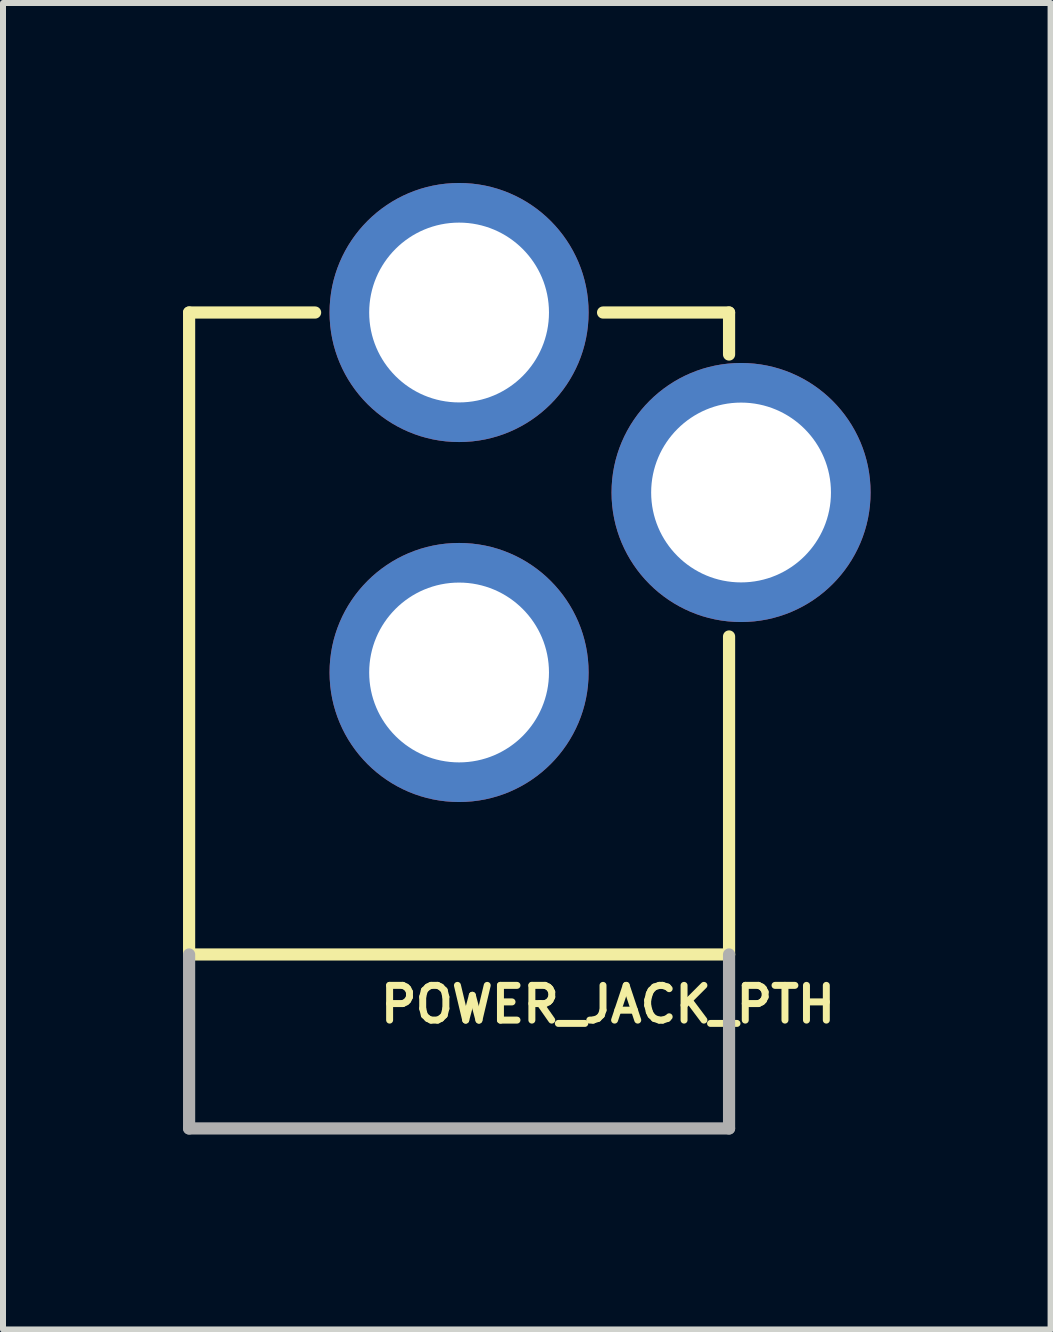
<source format=kicad_pcb>
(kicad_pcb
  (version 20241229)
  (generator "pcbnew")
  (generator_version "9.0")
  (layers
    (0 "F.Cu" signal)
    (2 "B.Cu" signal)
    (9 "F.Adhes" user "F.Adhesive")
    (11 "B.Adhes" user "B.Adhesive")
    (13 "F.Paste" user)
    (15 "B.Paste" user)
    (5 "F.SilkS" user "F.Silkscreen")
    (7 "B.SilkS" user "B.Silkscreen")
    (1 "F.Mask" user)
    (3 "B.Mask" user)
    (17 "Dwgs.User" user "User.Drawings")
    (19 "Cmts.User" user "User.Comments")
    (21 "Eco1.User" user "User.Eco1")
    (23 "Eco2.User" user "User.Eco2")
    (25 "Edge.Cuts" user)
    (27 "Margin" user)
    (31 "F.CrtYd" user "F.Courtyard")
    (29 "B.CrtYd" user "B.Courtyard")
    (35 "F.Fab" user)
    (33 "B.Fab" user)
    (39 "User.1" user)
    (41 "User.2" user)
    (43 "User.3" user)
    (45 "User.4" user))
  (footprint "POWER_JACK_PTH"
    (layer "F.Cu")
    (at 4.602 15.859)
    (property "Reference" "POWER_JACK_PTH" (at -1.372 -1.829 180) (layer "F.SilkS") (effects (font (size 0.579 0.579) (thickness 0.116)) (justify left bottom)))
    (attr through_hole)
    (fp_line (start -4.5 -13.7) (end -2.4 -13.7) (stroke (width 0.203) (type solid)) (layer "F.SilkS"))
    (fp_line (start -4.5 -3) (end -4.5 -13.7) (stroke (width 0.203) (type solid)) (layer "F.SilkS"))
    (fp_line (start -4.5 -3) (end 4.5 -3) (stroke (width 0.203) (type solid)) (layer "F.SilkS"))
    (fp_line (start 4.5 -13.7) (end 2.4 -13.7) (stroke (width 0.203) (type solid)) (layer "F.SilkS"))
    (fp_line (start 4.5 -13.7) (end 4.5 -13) (stroke (width 0.203) (type solid)) (layer "F.SilkS"))
    (fp_line (start 4.5 -3) (end 4.5 -8.3) (stroke (width 0.203) (type solid)) (layer "F.SilkS"))
    (fp_line (start -4.5 -3) (end -4.5 -0.1) (stroke (width 0.203) (type solid)) (layer "F.Fab"))
    (fp_line (start 4.5 -0.1) (end -4.5 -0.1) (stroke (width 0.203) (type solid)) (layer "F.Fab"))
    (fp_line (start 4.5 -0.1) (end 4.5 -3) (stroke (width 0.203) (type solid)) (layer "F.Fab"))
    (pad "GND" thru_hole circle (at 0 -7.7) (size 4.318 4.318) (drill 2.997) (layers "*.Cu" "*.Mask"))
    (pad "GNDBREAK" thru_hole circle (at 4.7 -10.7 90) (size 4.318 4.318) (drill 2.997) (layers "*.Cu" "*.Mask"))
    (pad "PWR" thru_hole circle (at 0 -13.7) (size 4.318 4.318) (drill 2.997) (layers "*.Cu" "*.Mask")))
  (gr_rect
    (start -3 -3)
    (end 14.461 19.109)
    (stroke (width 0.1) (type default))
    (fill no)
    (layer "Edge.Cuts")))
</source>
